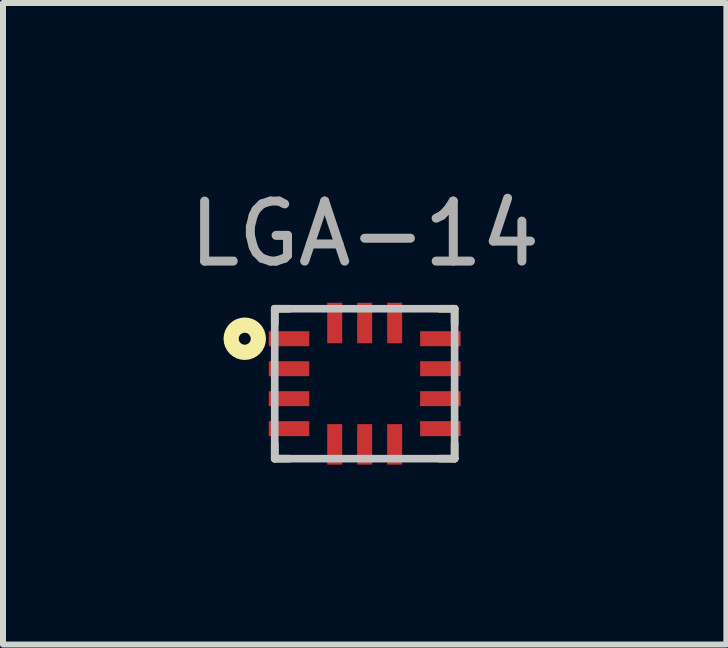
<source format=kicad_pcb>
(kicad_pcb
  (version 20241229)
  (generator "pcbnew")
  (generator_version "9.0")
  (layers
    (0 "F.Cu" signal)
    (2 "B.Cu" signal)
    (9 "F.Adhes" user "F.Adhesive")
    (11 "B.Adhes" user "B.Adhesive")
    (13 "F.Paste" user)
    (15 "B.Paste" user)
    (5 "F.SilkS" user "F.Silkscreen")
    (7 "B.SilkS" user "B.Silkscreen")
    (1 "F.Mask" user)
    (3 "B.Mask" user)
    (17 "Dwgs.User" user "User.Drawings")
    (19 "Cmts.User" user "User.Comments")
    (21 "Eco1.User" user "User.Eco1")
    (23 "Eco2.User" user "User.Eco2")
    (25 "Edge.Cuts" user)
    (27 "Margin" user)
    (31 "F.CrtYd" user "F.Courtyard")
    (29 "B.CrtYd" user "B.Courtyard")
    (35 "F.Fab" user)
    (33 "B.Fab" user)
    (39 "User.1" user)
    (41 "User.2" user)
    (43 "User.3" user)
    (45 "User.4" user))
  (footprint "LGA-14"
    (layer "F.Cu")
    (at 3.032 3.349)
    (property "Reference" "LGA-14" (at 0 -2.5 0) (layer "F.Fab") (effects (font (size 1.001 1.001) (thickness 0.15))))
    (attr smd)
    (fp_line (start -1.5 -1.25) (end -1.25 -1.25) (stroke (width 0.127) (type solid)) (layer "F.SilkS"))
    (fp_line (start -1.5 -1) (end -1.5 -1.25) (stroke (width 0.127) (type solid)) (layer "F.SilkS"))
    (fp_line (start -1.5 1) (end -1.5 1.25) (stroke (width 0.127) (type solid)) (layer "F.SilkS"))
    (fp_line (start -1.5 1.25) (end -1.25 1.25) (stroke (width 0.127) (type solid)) (layer "F.SilkS"))
    (fp_line (start 1.25 -1.25) (end 1.5 -1.25) (stroke (width 0.127) (type solid)) (layer "F.SilkS"))
    (fp_line (start 1.25 1.25) (end 1.5 1.25) (stroke (width 0.127) (type solid)) (layer "F.SilkS"))
    (fp_line (start 1.5 -1.25) (end 1.5 -1) (stroke (width 0.127) (type solid)) (layer "F.SilkS"))
    (fp_line (start 1.5 1) (end 1.5 1.25) (stroke (width 0.127) (type solid)) (layer "F.SilkS"))
    (fp_circle (center -2 -0.75) (end -1.9 -0.75) (stroke (width 0.254) (type solid)) (fill no) (layer "F.SilkS"))
    (fp_line (start -1.5 -1.25) (end -1.5 1.25) (stroke (width 0.127) (type solid)) (layer "Dwgs.User"))
    (fp_line (start -1.5 -1.25) (end 1.5 -1.25) (stroke (width 0.127) (type solid)) (layer "Dwgs.User"))
    (fp_line (start -1.5 1.25) (end 1.5 1.25) (stroke (width 0.127) (type solid)) (layer "Dwgs.User"))
    (fp_line (start 1.5 -1.25) (end 1.5 1.25) (stroke (width 0.127) (type solid)) (layer "Dwgs.User"))
    (pad "1" smd rect (at -1.262 -0.75) (size 0.675 0.25) (layers "F.Cu" "F.Mask" "F.Paste"))
    (pad "2" smd rect (at -1.262 -0.25) (size 0.675 0.25) (layers "F.Cu" "F.Mask" "F.Paste"))
    (pad "3" smd rect (at -1.262 0.25) (size 0.675 0.25) (layers "F.Cu" "F.Mask" "F.Paste"))
    (pad "4" smd rect (at -1.262 0.75) (size 0.675 0.25) (layers "F.Cu" "F.Mask" "F.Paste"))
    (pad "5" smd rect (at -0.5 1.012 270) (size 0.675 0.25) (layers "F.Cu" "F.Mask" "F.Paste"))
    (pad "6" smd rect (at 0 1.012 270) (size 0.675 0.25) (layers "F.Cu" "F.Mask" "F.Paste"))
    (pad "7" smd rect (at 0.5 1.012 270) (size 0.675 0.25) (layers "F.Cu" "F.Mask" "F.Paste"))
    (pad "8" smd rect (at 1.262 0.75) (size 0.675 0.25) (layers "F.Cu" "F.Mask" "F.Paste"))
    (pad "9" smd rect (at 1.262 0.25) (size 0.675 0.25) (layers "F.Cu" "F.Mask" "F.Paste"))
    (pad "10" smd rect (at 1.262 -0.25) (size 0.675 0.25) (layers "F.Cu" "F.Mask" "F.Paste"))
    (pad "11" smd rect (at 1.262 -0.75) (size 0.675 0.25) (layers "F.Cu" "F.Mask" "F.Paste"))
    (pad "12" smd rect (at 0.5 -1.012 90) (size 0.675 0.25) (layers "F.Cu" "F.Mask" "F.Paste"))
    (pad "13" smd rect (at 0 -1.012 90) (size 0.675 0.25) (layers "F.Cu" "F.Mask" "F.Paste"))
    (pad "14" smd rect (at -0.5 -1.012 90) (size 0.675 0.25) (layers "F.Cu" "F.Mask" "F.Paste")))
  (gr_rect
    (start -3 -3)
    (end 9.064 7.699)
    (stroke (width 0.1) (type default))
    (fill no)
    (layer "Edge.Cuts")))
</source>
